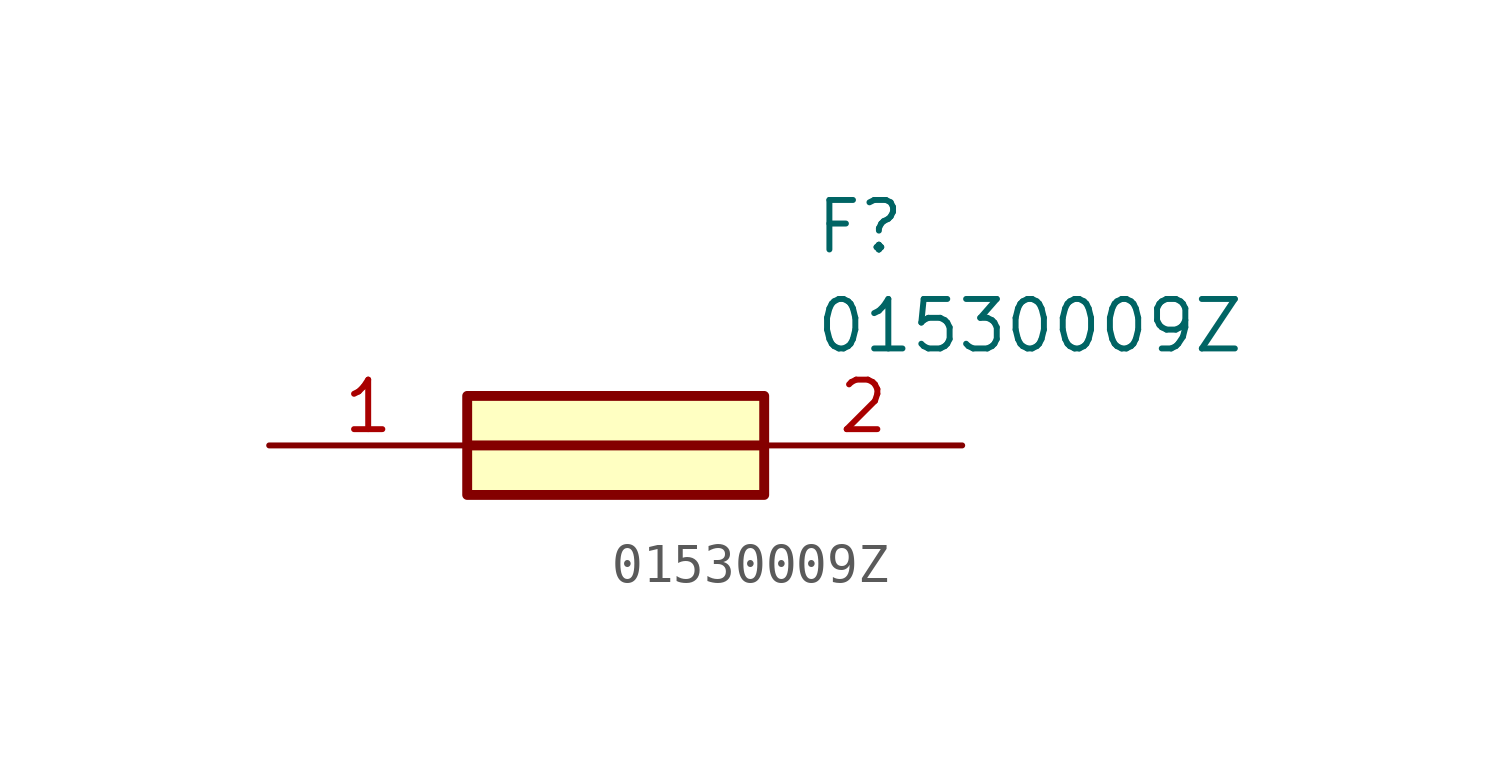
<source format=kicad_sym>
(kicad_symbol_lib
  (version 20211014)
  (generator SamacSys_ECAD_Model)
  (symbol "01530009Z"
    (pin_names hide)
    (property "Reference" "F"
      (at 13.97 6.35 0)
      (effects (font (size 1.27 1.27)) (justify left top)))
    (property "Value" "01530009Z"
      (at 13.97 3.81 0)
      (effects (font (size 1.27 1.27)) (justify left top)))
    (rectangle
      (start 5.08 1.27)
      (end 12.7 -1.27)
      (stroke (width 0.254) (type default))
      (fill (type background)))
    (polyline
      (pts (xy 5.08 0) (xy 12.7 0))
      (stroke (width 0.254) (type default))
      (fill (type none)))
    (pin passive line
      (at 0 0 0)
      (length 5.08)
      (name "1" (effects (font (size 1.27 1.27))))
      (number "1" (effects (font (size 1.27 1.27)))))
    (pin passive line
      (at 17.78 0 180)
      (length 5.08)
      (name "2" (effects (font (size 1.27 1.27))))
      (number "2" (effects (font (size 1.27 1.27)))))))
</source>
